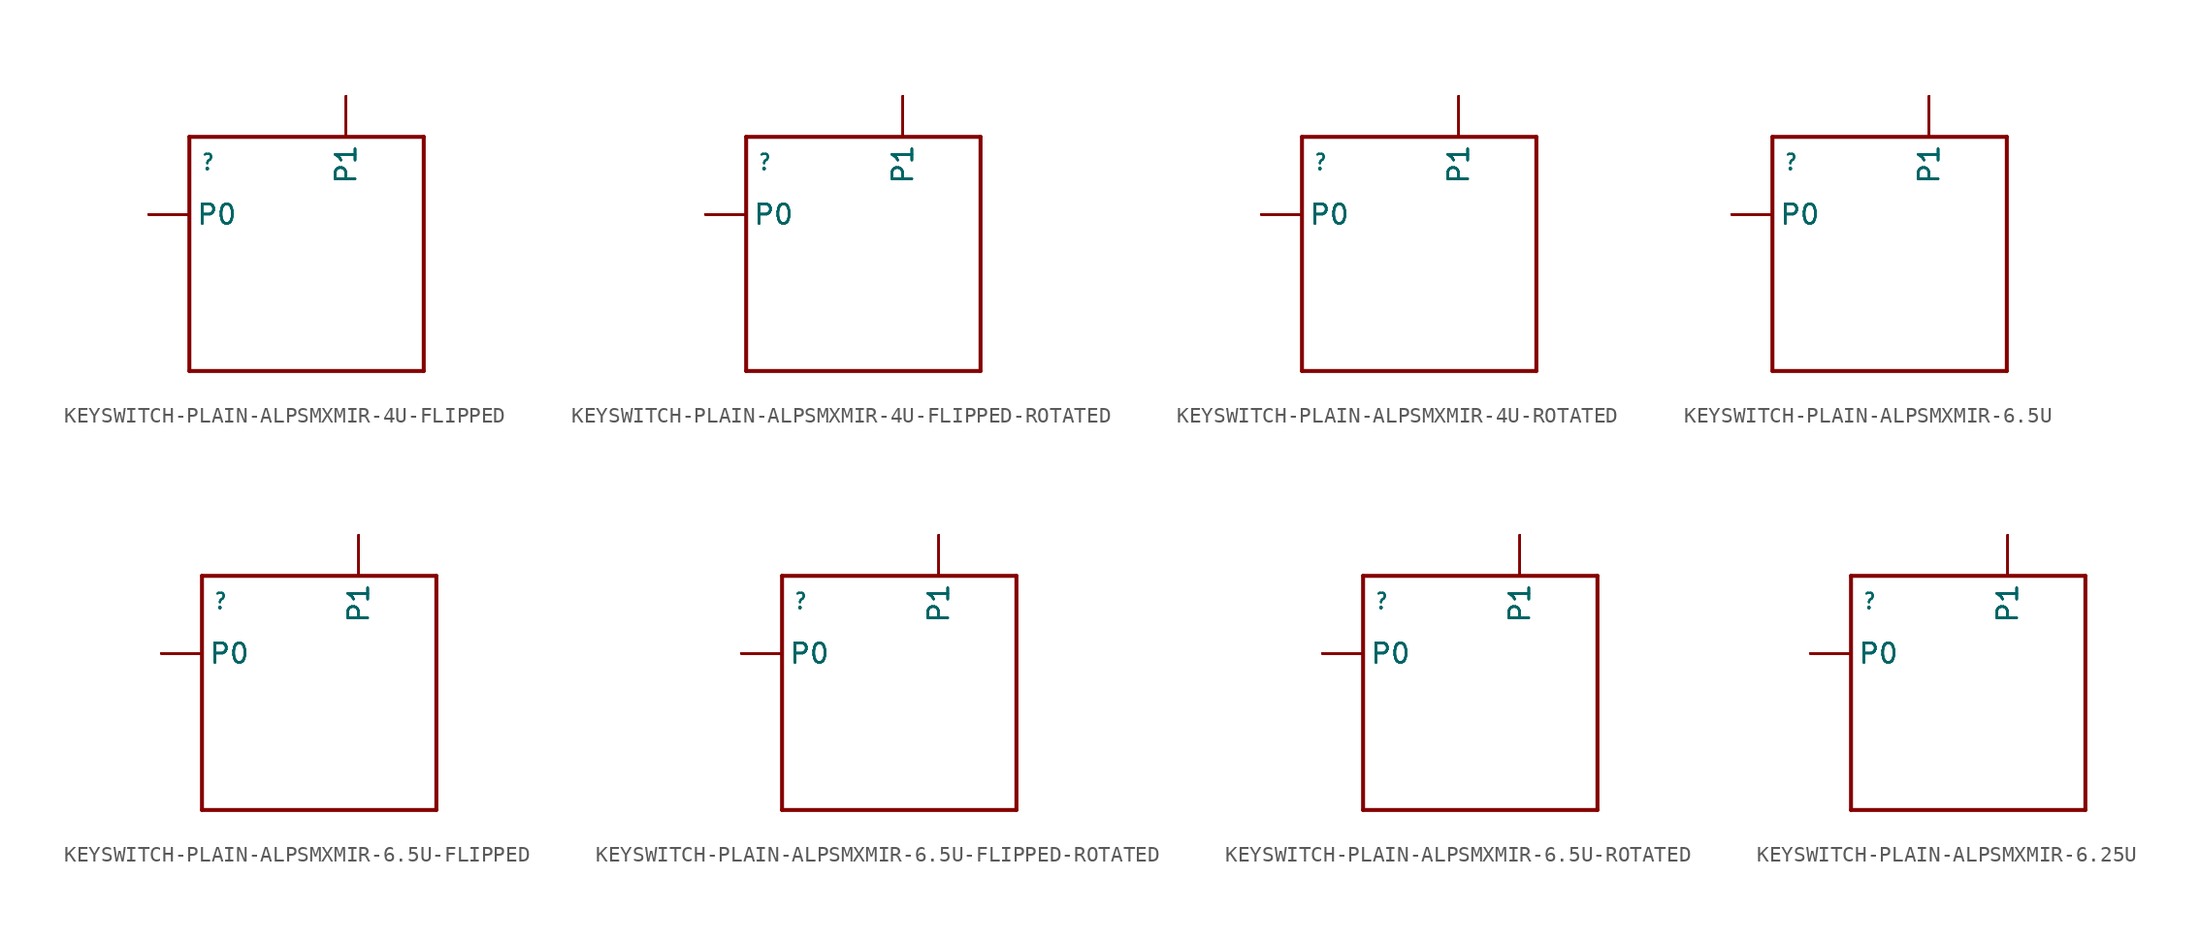
<source format=kicad_sym>
(kicad_symbol_lib
  (version 20211014)
  (generator kicad_symbol_editor)
  (symbol "KEYSWITCH-PLAIN-ALPSMXMIR-4U-FLIPPED"
    (property "Reference" ""
      (at -6.81 5.318 0)
      (effects (font (size 1 0.85)) (justify left bottom)))
    (property "ki_locked" ""
      (at 0 0 0)
      (effects (font (size 1.27 1.27))))
    (symbol "KEYSWITCH-PLAIN-ALPSMXMIR-4U-FLIPPED_1_0"
      (polyline (pts (xy -7.54 -7.54) (xy -7.54 7.54)) (stroke (width 0.254) (type default) (color 0 0 0 0)) (fill (type none)))
      (polyline (pts (xy -7.54 7.54) (xy 7.54 7.54)) (stroke (width 0.254) (type default) (color 0 0 0 0)) (fill (type none)))
      (polyline (pts (xy 7.54 -7.54) (xy -7.54 -7.54)) (stroke (width 0.254) (type default) (color 0 0 0 0)) (fill (type none)))
      (polyline (pts (xy 7.54 7.54) (xy 7.54 -7.54)) (stroke (width 0.254) (type default) (color 0 0 0 0)) (fill (type none)))
      (pin bidirectional line (at -10.16 2.54 0) (length 2.54) (name "P0" (effects (font (size 1.27 1.27)))) (number "ALPS1" (effects (font (size 0 0)))))
      (pin bidirectional line (at 2.54 10.16 270) (length 2.54) (name "P1" (effects (font (size 1.27 1.27)))) (number "ALPS2" (effects (font (size 0 0)))))
      (pin bidirectional line (at -10.16 2.54 0) (length 2.54) (name "P0" (effects (font (size 1.27 1.27)))) (number "ALPS3" (effects (font (size 0 0)))))
      (pin bidirectional line (at 2.54 10.16 270) (length 2.54) (name "P1" (effects (font (size 1.27 1.27)))) (number "ALPS4" (effects (font (size 0 0)))))
      (pin bidirectional line (at -10.16 2.54 0) (length 2.54) (name "P0" (effects (font (size 1.27 1.27)))) (number "MX1" (effects (font (size 0 0)))))
      (pin bidirectional line (at 2.54 10.16 270) (length 2.54) (name "P1" (effects (font (size 1.27 1.27)))) (number "MX2" (effects (font (size 0 0)))))
      (pin bidirectional line (at -10.16 2.54 0) (length 2.54) (name "P0" (effects (font (size 1.27 1.27)))) (number "MX3" (effects (font (size 0 0)))))
      (pin bidirectional line (at 2.54 10.16 270) (length 2.54) (name "P1" (effects (font (size 1.27 1.27)))) (number "MX4" (effects (font (size 0 0)))))))
  (symbol "KEYSWITCH-PLAIN-ALPSMXMIR-4U-FLIPPED-ROTATED"
    (property "Reference" ""
      (at -6.81 5.318 0)
      (effects (font (size 1 0.85)) (justify left bottom)))
    (property "ki_locked" ""
      (at 0 0 0)
      (effects (font (size 1.27 1.27))))
    (symbol "KEYSWITCH-PLAIN-ALPSMXMIR-4U-FLIPPED-ROTATED_1_0"
      (polyline (pts (xy -7.54 -7.54) (xy -7.54 7.54)) (stroke (width 0.254) (type default) (color 0 0 0 0)) (fill (type none)))
      (polyline (pts (xy -7.54 7.54) (xy 7.54 7.54)) (stroke (width 0.254) (type default) (color 0 0 0 0)) (fill (type none)))
      (polyline (pts (xy 7.54 -7.54) (xy -7.54 -7.54)) (stroke (width 0.254) (type default) (color 0 0 0 0)) (fill (type none)))
      (polyline (pts (xy 7.54 7.54) (xy 7.54 -7.54)) (stroke (width 0.254) (type default) (color 0 0 0 0)) (fill (type none)))
      (pin bidirectional line (at -10.16 2.54 0) (length 2.54) (name "P0" (effects (font (size 1.27 1.27)))) (number "ALPS1" (effects (font (size 0 0)))))
      (pin bidirectional line (at 2.54 10.16 270) (length 2.54) (name "P1" (effects (font (size 1.27 1.27)))) (number "ALPS2" (effects (font (size 0 0)))))
      (pin bidirectional line (at -10.16 2.54 0) (length 2.54) (name "P0" (effects (font (size 1.27 1.27)))) (number "ALPS3" (effects (font (size 0 0)))))
      (pin bidirectional line (at 2.54 10.16 270) (length 2.54) (name "P1" (effects (font (size 1.27 1.27)))) (number "ALPS4" (effects (font (size 0 0)))))
      (pin bidirectional line (at -10.16 2.54 0) (length 2.54) (name "P0" (effects (font (size 1.27 1.27)))) (number "MX1" (effects (font (size 0 0)))))
      (pin bidirectional line (at 2.54 10.16 270) (length 2.54) (name "P1" (effects (font (size 1.27 1.27)))) (number "MX2" (effects (font (size 0 0)))))
      (pin bidirectional line (at -10.16 2.54 0) (length 2.54) (name "P0" (effects (font (size 1.27 1.27)))) (number "MX3" (effects (font (size 0 0)))))
      (pin bidirectional line (at 2.54 10.16 270) (length 2.54) (name "P1" (effects (font (size 1.27 1.27)))) (number "MX4" (effects (font (size 0 0)))))))
  (symbol "KEYSWITCH-PLAIN-ALPSMXMIR-4U-ROTATED"
    (property "Reference" ""
      (at -6.81 5.318 0)
      (effects (font (size 1 0.85)) (justify left bottom)))
    (property "ki_locked" ""
      (at 0 0 0)
      (effects (font (size 1.27 1.27))))
    (symbol "KEYSWITCH-PLAIN-ALPSMXMIR-4U-ROTATED_1_0"
      (polyline (pts (xy -7.54 -7.54) (xy -7.54 7.54)) (stroke (width 0.254) (type default) (color 0 0 0 0)) (fill (type none)))
      (polyline (pts (xy -7.54 7.54) (xy 7.54 7.54)) (stroke (width 0.254) (type default) (color 0 0 0 0)) (fill (type none)))
      (polyline (pts (xy 7.54 -7.54) (xy -7.54 -7.54)) (stroke (width 0.254) (type default) (color 0 0 0 0)) (fill (type none)))
      (polyline (pts (xy 7.54 7.54) (xy 7.54 -7.54)) (stroke (width 0.254) (type default) (color 0 0 0 0)) (fill (type none)))
      (pin bidirectional line (at -10.16 2.54 0) (length 2.54) (name "P0" (effects (font (size 1.27 1.27)))) (number "ALPS1" (effects (font (size 0 0)))))
      (pin bidirectional line (at 2.54 10.16 270) (length 2.54) (name "P1" (effects (font (size 1.27 1.27)))) (number "ALPS2" (effects (font (size 0 0)))))
      (pin bidirectional line (at -10.16 2.54 0) (length 2.54) (name "P0" (effects (font (size 1.27 1.27)))) (number "ALPS3" (effects (font (size 0 0)))))
      (pin bidirectional line (at 2.54 10.16 270) (length 2.54) (name "P1" (effects (font (size 1.27 1.27)))) (number "ALPS4" (effects (font (size 0 0)))))
      (pin bidirectional line (at -10.16 2.54 0) (length 2.54) (name "P0" (effects (font (size 1.27 1.27)))) (number "MX1" (effects (font (size 0 0)))))
      (pin bidirectional line (at 2.54 10.16 270) (length 2.54) (name "P1" (effects (font (size 1.27 1.27)))) (number "MX2" (effects (font (size 0 0)))))
      (pin bidirectional line (at -10.16 2.54 0) (length 2.54) (name "P0" (effects (font (size 1.27 1.27)))) (number "MX3" (effects (font (size 0 0)))))
      (pin bidirectional line (at 2.54 10.16 270) (length 2.54) (name "P1" (effects (font (size 1.27 1.27)))) (number "MX4" (effects (font (size 0 0)))))))
  (symbol "KEYSWITCH-PLAIN-ALPSMXMIR-6.5U"
    (property "Reference" ""
      (at -6.81 5.318 0)
      (effects (font (size 1 0.85)) (justify left bottom)))
    (property "ki_locked" ""
      (at 0 0 0)
      (effects (font (size 1.27 1.27))))
    (symbol "KEYSWITCH-PLAIN-ALPSMXMIR-6.5U_1_0"
      (polyline (pts (xy -7.54 -7.54) (xy -7.54 7.54)) (stroke (width 0.254) (type default) (color 0 0 0 0)) (fill (type none)))
      (polyline (pts (xy -7.54 7.54) (xy 7.54 7.54)) (stroke (width 0.254) (type default) (color 0 0 0 0)) (fill (type none)))
      (polyline (pts (xy 7.54 -7.54) (xy -7.54 -7.54)) (stroke (width 0.254) (type default) (color 0 0 0 0)) (fill (type none)))
      (polyline (pts (xy 7.54 7.54) (xy 7.54 -7.54)) (stroke (width 0.254) (type default) (color 0 0 0 0)) (fill (type none)))
      (pin bidirectional line (at -10.16 2.54 0) (length 2.54) (name "P0" (effects (font (size 1.27 1.27)))) (number "ALPS1" (effects (font (size 0 0)))))
      (pin bidirectional line (at 2.54 10.16 270) (length 2.54) (name "P1" (effects (font (size 1.27 1.27)))) (number "ALPS2" (effects (font (size 0 0)))))
      (pin bidirectional line (at -10.16 2.54 0) (length 2.54) (name "P0" (effects (font (size 1.27 1.27)))) (number "ALPS3" (effects (font (size 0 0)))))
      (pin bidirectional line (at 2.54 10.16 270) (length 2.54) (name "P1" (effects (font (size 1.27 1.27)))) (number "ALPS4" (effects (font (size 0 0)))))
      (pin bidirectional line (at -10.16 2.54 0) (length 2.54) (name "P0" (effects (font (size 1.27 1.27)))) (number "MX1" (effects (font (size 0 0)))))
      (pin bidirectional line (at 2.54 10.16 270) (length 2.54) (name "P1" (effects (font (size 1.27 1.27)))) (number "MX2" (effects (font (size 0 0)))))
      (pin bidirectional line (at -10.16 2.54 0) (length 2.54) (name "P0" (effects (font (size 1.27 1.27)))) (number "MX3" (effects (font (size 0 0)))))
      (pin bidirectional line (at 2.54 10.16 270) (length 2.54) (name "P1" (effects (font (size 1.27 1.27)))) (number "MX4" (effects (font (size 0 0)))))))
  (symbol "KEYSWITCH-PLAIN-ALPSMXMIR-6.5U-FLIPPED"
    (property "Reference" ""
      (at -6.81 5.318 0)
      (effects (font (size 1 0.85)) (justify left bottom)))
    (property "ki_locked" ""
      (at 0 0 0)
      (effects (font (size 1.27 1.27))))
    (symbol "KEYSWITCH-PLAIN-ALPSMXMIR-6.5U-FLIPPED_1_0"
      (polyline (pts (xy -7.54 -7.54) (xy -7.54 7.54)) (stroke (width 0.254) (type default) (color 0 0 0 0)) (fill (type none)))
      (polyline (pts (xy -7.54 7.54) (xy 7.54 7.54)) (stroke (width 0.254) (type default) (color 0 0 0 0)) (fill (type none)))
      (polyline (pts (xy 7.54 -7.54) (xy -7.54 -7.54)) (stroke (width 0.254) (type default) (color 0 0 0 0)) (fill (type none)))
      (polyline (pts (xy 7.54 7.54) (xy 7.54 -7.54)) (stroke (width 0.254) (type default) (color 0 0 0 0)) (fill (type none)))
      (pin bidirectional line (at -10.16 2.54 0) (length 2.54) (name "P0" (effects (font (size 1.27 1.27)))) (number "ALPS1" (effects (font (size 0 0)))))
      (pin bidirectional line (at 2.54 10.16 270) (length 2.54) (name "P1" (effects (font (size 1.27 1.27)))) (number "ALPS2" (effects (font (size 0 0)))))
      (pin bidirectional line (at -10.16 2.54 0) (length 2.54) (name "P0" (effects (font (size 1.27 1.27)))) (number "ALPS3" (effects (font (size 0 0)))))
      (pin bidirectional line (at 2.54 10.16 270) (length 2.54) (name "P1" (effects (font (size 1.27 1.27)))) (number "ALPS4" (effects (font (size 0 0)))))
      (pin bidirectional line (at -10.16 2.54 0) (length 2.54) (name "P0" (effects (font (size 1.27 1.27)))) (number "MX1" (effects (font (size 0 0)))))
      (pin bidirectional line (at 2.54 10.16 270) (length 2.54) (name "P1" (effects (font (size 1.27 1.27)))) (number "MX2" (effects (font (size 0 0)))))
      (pin bidirectional line (at -10.16 2.54 0) (length 2.54) (name "P0" (effects (font (size 1.27 1.27)))) (number "MX3" (effects (font (size 0 0)))))
      (pin bidirectional line (at 2.54 10.16 270) (length 2.54) (name "P1" (effects (font (size 1.27 1.27)))) (number "MX4" (effects (font (size 0 0)))))))
  (symbol "KEYSWITCH-PLAIN-ALPSMXMIR-6.5U-FLIPPED-ROTATED"
    (property "Reference" ""
      (at -6.81 5.318 0)
      (effects (font (size 1 0.85)) (justify left bottom)))
    (property "ki_locked" ""
      (at 0 0 0)
      (effects (font (size 1.27 1.27))))
    (symbol "KEYSWITCH-PLAIN-ALPSMXMIR-6.5U-FLIPPED-ROTATED_1_0"
      (polyline (pts (xy -7.54 -7.54) (xy -7.54 7.54)) (stroke (width 0.254) (type default) (color 0 0 0 0)) (fill (type none)))
      (polyline (pts (xy -7.54 7.54) (xy 7.54 7.54)) (stroke (width 0.254) (type default) (color 0 0 0 0)) (fill (type none)))
      (polyline (pts (xy 7.54 -7.54) (xy -7.54 -7.54)) (stroke (width 0.254) (type default) (color 0 0 0 0)) (fill (type none)))
      (polyline (pts (xy 7.54 7.54) (xy 7.54 -7.54)) (stroke (width 0.254) (type default) (color 0 0 0 0)) (fill (type none)))
      (pin bidirectional line (at -10.16 2.54 0) (length 2.54) (name "P0" (effects (font (size 1.27 1.27)))) (number "ALPS1" (effects (font (size 0 0)))))
      (pin bidirectional line (at 2.54 10.16 270) (length 2.54) (name "P1" (effects (font (size 1.27 1.27)))) (number "ALPS2" (effects (font (size 0 0)))))
      (pin bidirectional line (at -10.16 2.54 0) (length 2.54) (name "P0" (effects (font (size 1.27 1.27)))) (number "ALPS3" (effects (font (size 0 0)))))
      (pin bidirectional line (at 2.54 10.16 270) (length 2.54) (name "P1" (effects (font (size 1.27 1.27)))) (number "ALPS4" (effects (font (size 0 0)))))
      (pin bidirectional line (at -10.16 2.54 0) (length 2.54) (name "P0" (effects (font (size 1.27 1.27)))) (number "MX1" (effects (font (size 0 0)))))
      (pin bidirectional line (at 2.54 10.16 270) (length 2.54) (name "P1" (effects (font (size 1.27 1.27)))) (number "MX2" (effects (font (size 0 0)))))
      (pin bidirectional line (at -10.16 2.54 0) (length 2.54) (name "P0" (effects (font (size 1.27 1.27)))) (number "MX3" (effects (font (size 0 0)))))
      (pin bidirectional line (at 2.54 10.16 270) (length 2.54) (name "P1" (effects (font (size 1.27 1.27)))) (number "MX4" (effects (font (size 0 0)))))))
  (symbol "KEYSWITCH-PLAIN-ALPSMXMIR-6.5U-ROTATED"
    (property "Reference" ""
      (at -6.81 5.318 0)
      (effects (font (size 1 0.85)) (justify left bottom)))
    (property "ki_locked" ""
      (at 0 0 0)
      (effects (font (size 1.27 1.27))))
    (symbol "KEYSWITCH-PLAIN-ALPSMXMIR-6.5U-ROTATED_1_0"
      (polyline (pts (xy -7.54 -7.54) (xy -7.54 7.54)) (stroke (width 0.254) (type default) (color 0 0 0 0)) (fill (type none)))
      (polyline (pts (xy -7.54 7.54) (xy 7.54 7.54)) (stroke (width 0.254) (type default) (color 0 0 0 0)) (fill (type none)))
      (polyline (pts (xy 7.54 -7.54) (xy -7.54 -7.54)) (stroke (width 0.254) (type default) (color 0 0 0 0)) (fill (type none)))
      (polyline (pts (xy 7.54 7.54) (xy 7.54 -7.54)) (stroke (width 0.254) (type default) (color 0 0 0 0)) (fill (type none)))
      (pin bidirectional line (at -10.16 2.54 0) (length 2.54) (name "P0" (effects (font (size 1.27 1.27)))) (number "ALPS1" (effects (font (size 0 0)))))
      (pin bidirectional line (at 2.54 10.16 270) (length 2.54) (name "P1" (effects (font (size 1.27 1.27)))) (number "ALPS2" (effects (font (size 0 0)))))
      (pin bidirectional line (at -10.16 2.54 0) (length 2.54) (name "P0" (effects (font (size 1.27 1.27)))) (number "ALPS3" (effects (font (size 0 0)))))
      (pin bidirectional line (at 2.54 10.16 270) (length 2.54) (name "P1" (effects (font (size 1.27 1.27)))) (number "ALPS4" (effects (font (size 0 0)))))
      (pin bidirectional line (at -10.16 2.54 0) (length 2.54) (name "P0" (effects (font (size 1.27 1.27)))) (number "MX1" (effects (font (size 0 0)))))
      (pin bidirectional line (at 2.54 10.16 270) (length 2.54) (name "P1" (effects (font (size 1.27 1.27)))) (number "MX2" (effects (font (size 0 0)))))
      (pin bidirectional line (at -10.16 2.54 0) (length 2.54) (name "P0" (effects (font (size 1.27 1.27)))) (number "MX3" (effects (font (size 0 0)))))
      (pin bidirectional line (at 2.54 10.16 270) (length 2.54) (name "P1" (effects (font (size 1.27 1.27)))) (number "MX4" (effects (font (size 0 0)))))))
  (symbol "KEYSWITCH-PLAIN-ALPSMXMIR-6.25U"
    (property "Reference" ""
      (at -6.81 5.318 0)
      (effects (font (size 1 0.85)) (justify left bottom)))
    (property "ki_locked" ""
      (at 0 0 0)
      (effects (font (size 1.27 1.27))))
    (symbol "KEYSWITCH-PLAIN-ALPSMXMIR-6.25U_1_0"
      (polyline (pts (xy -7.54 -7.54) (xy -7.54 7.54)) (stroke (width 0.254) (type default) (color 0 0 0 0)) (fill (type none)))
      (polyline (pts (xy -7.54 7.54) (xy 7.54 7.54)) (stroke (width 0.254) (type default) (color 0 0 0 0)) (fill (type none)))
      (polyline (pts (xy 7.54 -7.54) (xy -7.54 -7.54)) (stroke (width 0.254) (type default) (color 0 0 0 0)) (fill (type none)))
      (polyline (pts (xy 7.54 7.54) (xy 7.54 -7.54)) (stroke (width 0.254) (type default) (color 0 0 0 0)) (fill (type none)))
      (pin bidirectional line (at -10.16 2.54 0) (length 2.54) (name "P0" (effects (font (size 1.27 1.27)))) (number "ALPS1" (effects (font (size 0 0)))))
      (pin bidirectional line (at 2.54 10.16 270) (length 2.54) (name "P1" (effects (font (size 1.27 1.27)))) (number "ALPS2" (effects (font (size 0 0)))))
      (pin bidirectional line (at -10.16 2.54 0) (length 2.54) (name "P0" (effects (font (size 1.27 1.27)))) (number "ALPS3" (effects (font (size 0 0)))))
      (pin bidirectional line (at 2.54 10.16 270) (length 2.54) (name "P1" (effects (font (size 1.27 1.27)))) (number "ALPS4" (effects (font (size 0 0)))))
      (pin bidirectional line (at -10.16 2.54 0) (length 2.54) (name "P0" (effects (font (size 1.27 1.27)))) (number "MX1" (effects (font (size 0 0)))))
      (pin bidirectional line (at 2.54 10.16 270) (length 2.54) (name "P1" (effects (font (size 1.27 1.27)))) (number "MX2" (effects (font (size 0 0)))))
      (pin bidirectional line (at -10.16 2.54 0) (length 2.54) (name "P0" (effects (font (size 1.27 1.27)))) (number "MX3" (effects (font (size 0 0)))))
      (pin bidirectional line (at 2.54 10.16 270) (length 2.54) (name "P1" (effects (font (size 1.27 1.27)))) (number "MX4" (effects (font (size 0 0))))))))
</source>
